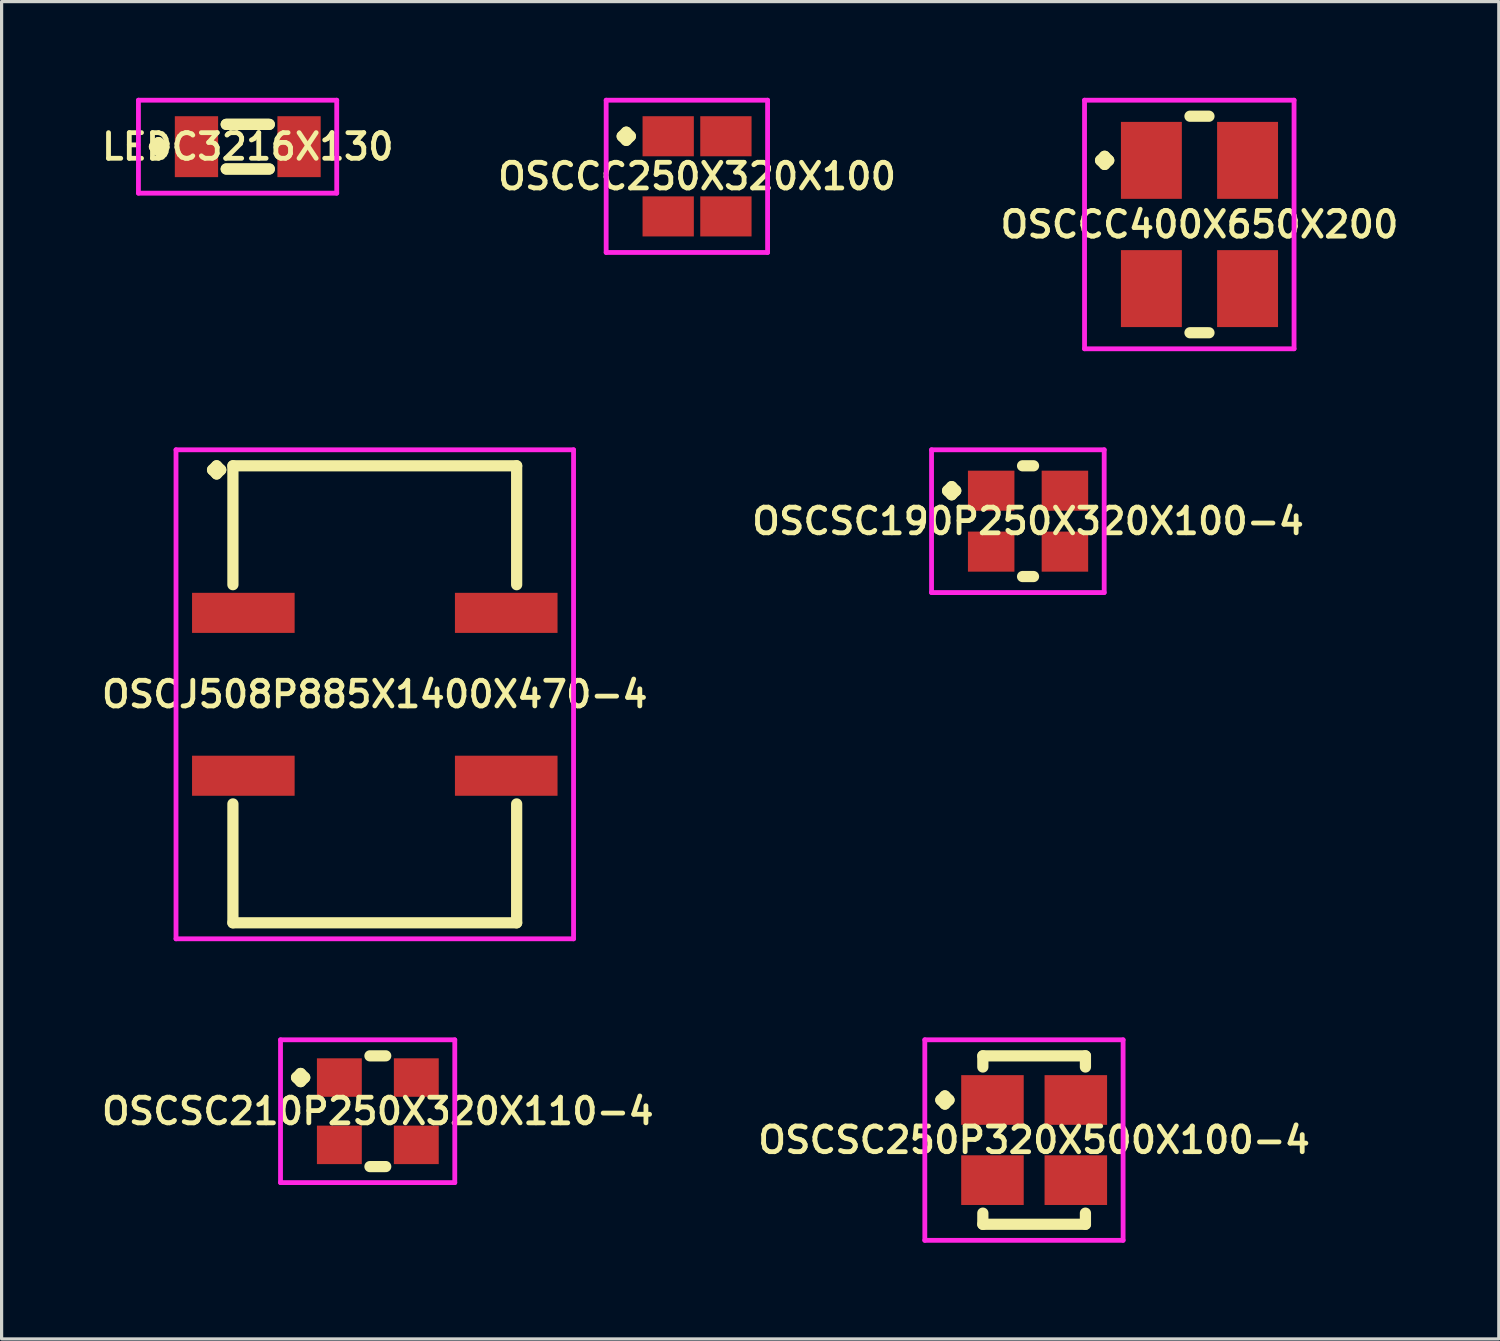
<source format=kicad_pcb>
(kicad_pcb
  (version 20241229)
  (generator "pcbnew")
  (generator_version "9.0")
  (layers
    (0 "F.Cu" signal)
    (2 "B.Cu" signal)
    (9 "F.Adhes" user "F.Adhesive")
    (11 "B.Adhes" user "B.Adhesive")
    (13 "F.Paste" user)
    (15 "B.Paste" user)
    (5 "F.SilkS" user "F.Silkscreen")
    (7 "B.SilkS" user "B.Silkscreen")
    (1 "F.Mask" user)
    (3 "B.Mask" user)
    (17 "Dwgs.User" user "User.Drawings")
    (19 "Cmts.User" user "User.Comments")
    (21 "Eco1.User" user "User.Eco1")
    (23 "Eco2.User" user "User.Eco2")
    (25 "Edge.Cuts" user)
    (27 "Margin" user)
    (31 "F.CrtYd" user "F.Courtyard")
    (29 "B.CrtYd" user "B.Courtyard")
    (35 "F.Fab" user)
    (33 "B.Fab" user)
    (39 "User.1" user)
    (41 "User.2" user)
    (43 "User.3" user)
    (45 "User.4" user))
  (footprint "OSCJ508P885X1400X470-4"
    (layer "F.Cu")
    (at 8.64 18.606)
    (property "Reference" "OSCJ508P885X1400X470-4" (at 0 0 0) (layer "F.SilkS") (effects (font (size 0.8 0.8) (thickness 0.15))))
    (attr smd)
    (fp_line (start -5.06 -7) (end -4.933 -7.127) (stroke (width 0.35) (type solid)) (layer "F.SilkS"))
    (fp_line (start -4.933 -7.127) (end -4.806 -7) (stroke (width 0.35) (type solid)) (layer "F.SilkS"))
    (fp_line (start -4.933 -6.873) (end -5.06 -7) (stroke (width 0.35) (type solid)) (layer "F.SilkS"))
    (fp_line (start -4.806 -7) (end -4.933 -6.873) (stroke (width 0.35) (type solid)) (layer "F.SilkS"))
    (fp_line (start -4.425 -7.127) (end 4.425 -7.127) (stroke (width 0.35) (type solid)) (layer "F.SilkS"))
    (fp_line (start -4.425 -3.419) (end -4.425 -7.127) (stroke (width 0.35) (type solid)) (layer "F.SilkS"))
    (fp_line (start -4.425 3.419) (end -4.425 7.127) (stroke (width 0.35) (type solid)) (layer "F.SilkS"))
    (fp_line (start -4.425 7.127) (end 4.425 7.127) (stroke (width 0.35) (type solid)) (layer "F.SilkS"))
    (fp_line (start 4.425 -7.127) (end 4.425 -3.419) (stroke (width 0.35) (type solid)) (layer "F.SilkS"))
    (fp_line (start 4.425 7.127) (end 4.425 3.419) (stroke (width 0.35) (type solid)) (layer "F.SilkS"))
    (fp_line (start -6.2 -7.627) (end 6.2 -7.627) (stroke (width 0.15) (type solid)) (layer "F.CrtYd"))
    (fp_line (start -6.2 7.627) (end -6.2 -7.627) (stroke (width 0.15) (type solid)) (layer "F.CrtYd"))
    (fp_line (start 6.2 -7.627) (end 6.2 7.627) (stroke (width 0.15) (type solid)) (layer "F.CrtYd"))
    (fp_line (start 6.2 7.627) (end -6.2 7.627) (stroke (width 0.15) (type solid)) (layer "F.CrtYd"))
    (pad "1" smd rect (at -4.1 -2.54) (size 3.2 1.25) (layers "F.Cu" "F.Mask" "F.Paste"))
    (pad "2" smd rect (at -4.1 2.54) (size 3.2 1.25) (layers "F.Cu" "F.Mask" "F.Paste"))
    (pad "3" smd rect (at 4.1 2.54) (size 3.2 1.25) (layers "F.Cu" "F.Mask" "F.Paste"))
    (pad "4" smd rect (at 4.1 -2.54) (size 3.2 1.25) (layers "F.Cu" "F.Mask" "F.Paste")))
  (footprint "OSCSC250P320X500X100-4"
    (layer "F.Cu")
    (at 29.206 32.51)
    (property "Reference" "OSCSC250P320X500X100-4" (at 0 0 0) (layer "F.SilkS") (effects (font (size 0.8 0.8) (thickness 0.15))))
    (attr smd)
    (fp_line (start -2.91 -1.25) (end -2.783 -1.377) (stroke (width 0.35) (type solid)) (layer "F.SilkS"))
    (fp_line (start -2.783 -1.377) (end -2.656 -1.25) (stroke (width 0.35) (type solid)) (layer "F.SilkS"))
    (fp_line (start -2.783 -1.123) (end -2.91 -1.25) (stroke (width 0.35) (type solid)) (layer "F.SilkS"))
    (fp_line (start -2.656 -1.25) (end -2.783 -1.123) (stroke (width 0.35) (type solid)) (layer "F.SilkS"))
    (fp_line (start -1.6 -2.627) (end 1.6 -2.627) (stroke (width 0.35) (type solid)) (layer "F.SilkS"))
    (fp_line (start -1.6 -2.279) (end -1.6 -2.627) (stroke (width 0.35) (type solid)) (layer "F.SilkS"))
    (fp_line (start -1.6 2.279) (end -1.6 2.627) (stroke (width 0.35) (type solid)) (layer "F.SilkS"))
    (fp_line (start -1.6 2.627) (end 1.6 2.627) (stroke (width 0.35) (type solid)) (layer "F.SilkS"))
    (fp_line (start 1.6 -2.627) (end 1.6 -2.279) (stroke (width 0.35) (type solid)) (layer "F.SilkS"))
    (fp_line (start 1.6 2.627) (end 1.6 2.279) (stroke (width 0.35) (type solid)) (layer "F.SilkS"))
    (fp_line (start -3.41 -3.127) (end 2.775 -3.127) (stroke (width 0.15) (type solid)) (layer "F.CrtYd"))
    (fp_line (start -3.41 3.127) (end -3.41 -3.127) (stroke (width 0.15) (type solid)) (layer "F.CrtYd"))
    (fp_line (start 2.775 -3.127) (end 2.775 3.127) (stroke (width 0.15) (type solid)) (layer "F.CrtYd"))
    (fp_line (start 2.775 3.127) (end -3.41 3.127) (stroke (width 0.15) (type solid)) (layer "F.CrtYd"))
    (pad "1" smd rect (at -1.3 -1.25) (size 1.95 1.55) (layers "F.Cu" "F.Mask" "F.Paste"))
    (pad "2" smd rect (at -1.3 1.25) (size 1.95 1.55) (layers "F.Cu" "F.Mask" "F.Paste"))
    (pad "3" smd rect (at 1.3 1.25) (size 1.95 1.55) (layers "F.Cu" "F.Mask" "F.Paste"))
    (pad "4" smd rect (at 1.3 -1.25) (size 1.95 1.55) (layers "F.Cu" "F.Mask" "F.Paste")))
  (footprint "OSCCC400X650X200"
    (layer "F.Cu")
    (at 34.363 3.952)
    (property "Reference" "OSCCC400X650X200" (at 0 0 0) (layer "F.SilkS") (effects (font (size 0.8 0.8) (thickness 0.15))))
    (attr smd)
    (fp_line (start -3.085 -2) (end -2.958 -2.127) (stroke (width 0.35) (type solid)) (layer "F.SilkS"))
    (fp_line (start -2.958 -2.127) (end -2.831 -2) (stroke (width 0.35) (type solid)) (layer "F.SilkS"))
    (fp_line (start -2.958 -1.873) (end -3.085 -2) (stroke (width 0.35) (type solid)) (layer "F.SilkS"))
    (fp_line (start -2.831 -2) (end -2.958 -1.873) (stroke (width 0.35) (type solid)) (layer "F.SilkS"))
    (fp_line (start -0.296 -3.377) (end 0.296 -3.377) (stroke (width 0.35) (type solid)) (layer "F.SilkS"))
    (fp_line (start -0.296 3.377) (end 0.296 3.377) (stroke (width 0.35) (type solid)) (layer "F.SilkS"))
    (fp_line (start -3.585 -3.877) (end 2.95 -3.877) (stroke (width 0.15) (type solid)) (layer "F.CrtYd"))
    (fp_line (start -3.585 3.877) (end -3.585 -3.877) (stroke (width 0.15) (type solid)) (layer "F.CrtYd"))
    (fp_line (start 2.95 -3.877) (end 2.95 3.877) (stroke (width 0.15) (type solid)) (layer "F.CrtYd"))
    (fp_line (start 2.95 3.877) (end -3.585 3.877) (stroke (width 0.15) (type solid)) (layer "F.CrtYd"))
    (pad "1" smd rect (at -1.5 -2) (size 1.9 2.4) (layers "F.Cu" "F.Mask" "F.Paste"))
    (pad "2" smd rect (at -1.5 2) (size 1.9 2.4) (layers "F.Cu" "F.Mask" "F.Paste"))
    (pad "3" smd rect (at 1.5 2) (size 1.9 2.4) (layers "F.Cu" "F.Mask" "F.Paste"))
    (pad "4" smd rect (at 1.5 -2) (size 1.9 2.4) (layers "F.Cu" "F.Mask" "F.Paste")))
  (footprint "OSCSC190P250X320X100-4"
    (layer "F.Cu")
    (at 29.016 13.206)
    (property "Reference" "OSCSC190P250X320X100-4" (at 0 0 0) (layer "F.SilkS") (effects (font (size 0.8 0.8) (thickness 0.15))))
    (attr through_hole)
    (fp_line (start -2.51 -0.95) (end -2.383 -1.077) (stroke (width 0.35) (type solid)) (layer "F.SilkS"))
    (fp_line (start -2.383 -1.077) (end -2.256 -0.95) (stroke (width 0.35) (type solid)) (layer "F.SilkS"))
    (fp_line (start -2.383 -0.823) (end -2.51 -0.95) (stroke (width 0.35) (type solid)) (layer "F.SilkS"))
    (fp_line (start -2.256 -0.95) (end -2.383 -0.823) (stroke (width 0.35) (type solid)) (layer "F.SilkS"))
    (fp_line (start -0.171 -1.727) (end 0.171 -1.727) (stroke (width 0.35) (type solid)) (layer "F.SilkS"))
    (fp_line (start -0.171 1.727) (end 0.171 1.727) (stroke (width 0.35) (type solid)) (layer "F.SilkS"))
    (fp_line (start -3.01 -2.227) (end 2.375 -2.227) (stroke (width 0.15) (type solid)) (layer "F.CrtYd"))
    (fp_line (start -3.01 2.227) (end -3.01 -2.227) (stroke (width 0.15) (type solid)) (layer "F.CrtYd"))
    (fp_line (start 2.375 -2.227) (end 2.375 2.227) (stroke (width 0.15) (type solid)) (layer "F.CrtYd"))
    (fp_line (start 2.375 2.227) (end -3.01 2.227) (stroke (width 0.15) (type solid)) (layer "F.CrtYd"))
    (pad "1" smd rect (at -1.15 -0.95) (size 1.45 1.25) (layers "F.Cu" "F.Mask" "F.Paste"))
    (pad "2" smd rect (at -1.15 0.95) (size 1.45 1.25) (layers "F.Cu" "F.Mask" "F.Paste"))
    (pad "3" smd rect (at 1.15 0.95) (size 1.45 1.25) (layers "F.Cu" "F.Mask" "F.Paste"))
    (pad "4" smd rect (at 1.15 -0.95) (size 1.45 1.25) (layers "F.Cu" "F.Mask" "F.Paste")))
  (footprint "OSCCC250X320X100"
    (layer "F.Cu")
    (at 18.692 2.45)
    (property "Reference" "OSCCC250X320X100" (at 0 0 0) (layer "F.SilkS") (effects (font (size 0.8 0.8) (thickness 0.15))))
    (attr smd)
    (fp_line (start -2.335 -1.25) (end -2.208 -1.377) (stroke (width 0.35) (type solid)) (layer "F.SilkS"))
    (fp_line (start -2.208 -1.377) (end -2.081 -1.25) (stroke (width 0.35) (type solid)) (layer "F.SilkS"))
    (fp_line (start -2.208 -1.123) (end -2.335 -1.25) (stroke (width 0.35) (type solid)) (layer "F.SilkS"))
    (fp_line (start -2.081 -1.25) (end -2.208 -1.123) (stroke (width 0.35) (type solid)) (layer "F.SilkS"))
    (fp_line (start -2.835 -2.375) (end 2.2 -2.375) (stroke (width 0.15) (type solid)) (layer "F.CrtYd"))
    (fp_line (start -2.835 2.375) (end -2.835 -2.375) (stroke (width 0.15) (type solid)) (layer "F.CrtYd"))
    (fp_line (start 2.2 -2.375) (end 2.2 2.375) (stroke (width 0.15) (type solid)) (layer "F.CrtYd"))
    (fp_line (start 2.2 2.375) (end -2.835 2.375) (stroke (width 0.15) (type solid)) (layer "F.CrtYd"))
    (pad "1" smd rect (at -0.9 -1.25) (size 1.6 1.25) (layers "F.Cu" "F.Mask" "F.Paste"))
    (pad "2" smd rect (at -0.9 1.25) (size 1.6 1.25) (layers "F.Cu" "F.Mask" "F.Paste"))
    (pad "3" smd rect (at 0.9 1.25) (size 1.6 1.25) (layers "F.Cu" "F.Mask" "F.Paste"))
    (pad "4" smd rect (at 0.9 -1.25) (size 1.6 1.25) (layers "F.Cu" "F.Mask" "F.Paste")))
  (footprint "LEDC3216X130"
    (layer "F.Cu")
    (at 4.678 1.525)
    (property "Reference" "LEDC3216X130" (at 0 0 0) (layer "F.SilkS") (effects (font (size 0.8 0.8) (thickness 0.15))))
    (attr through_hole)
    (fp_line (start -2.91 0) (end -2.783 -0.127) (stroke (width 0.35) (type solid)) (layer "F.SilkS"))
    (fp_line (start -2.783 -0.127) (end -2.656 0) (stroke (width 0.35) (type solid)) (layer "F.SilkS"))
    (fp_line (start -2.783 0.127) (end -2.91 0) (stroke (width 0.35) (type solid)) (layer "F.SilkS"))
    (fp_line (start -2.656 0) (end -2.783 0.127) (stroke (width 0.35) (type solid)) (layer "F.SilkS"))
    (fp_line (start -0.671 -0.696) (end 0.671 -0.696) (stroke (width 0.35) (type solid)) (layer "F.SilkS"))
    (fp_line (start -0.671 0.696) (end 0.671 0.696) (stroke (width 0.35) (type solid)) (layer "F.SilkS"))
    (fp_line (start 0.671 -0.696) (end -0.671 -0.696) (stroke (width 0.35) (type solid)) (layer "F.SilkS"))
    (fp_line (start 0.671 0.696) (end -0.671 0.696) (stroke (width 0.35) (type solid)) (layer "F.SilkS"))
    (fp_line (start -3.41 -1.45) (end 2.775 -1.45) (stroke (width 0.15) (type solid)) (layer "F.CrtYd"))
    (fp_line (start -3.41 1.45) (end -3.41 -1.45) (stroke (width 0.15) (type solid)) (layer "F.CrtYd"))
    (fp_line (start 2.775 -1.45) (end 2.775 1.45) (stroke (width 0.15) (type solid)) (layer "F.CrtYd"))
    (fp_line (start 2.775 1.45) (end -3.41 1.45) (stroke (width 0.15) (type solid)) (layer "F.CrtYd"))
    (pad "1" smd rect (at -1.6 0) (size 1.35 1.9) (layers "F.Cu" "F.Mask" "F.Paste"))
    (pad "2" smd rect (at 1.6 0) (size 1.35 1.9) (layers "F.Cu" "F.Mask" "F.Paste")))
  (footprint "OSCSC210P250X320X110-4"
    (layer "F.Cu")
    (at 8.735 31.61)
    (property "Reference" "OSCSC210P250X320X110-4" (at 0 0 0) (layer "F.SilkS") (effects (font (size 0.8 0.8) (thickness 0.15))))
    (attr smd)
    (fp_line (start -2.535 -1.05) (end -2.408 -1.177) (stroke (width 0.35) (type solid)) (layer "F.SilkS"))
    (fp_line (start -2.408 -1.177) (end -2.281 -1.05) (stroke (width 0.35) (type solid)) (layer "F.SilkS"))
    (fp_line (start -2.408 -0.923) (end -2.535 -1.05) (stroke (width 0.35) (type solid)) (layer "F.SilkS"))
    (fp_line (start -2.281 -1.05) (end -2.408 -0.923) (stroke (width 0.35) (type solid)) (layer "F.SilkS"))
    (fp_line (start -0.246 -1.727) (end 0.246 -1.727) (stroke (width 0.35) (type solid)) (layer "F.SilkS"))
    (fp_line (start -0.246 1.727) (end 0.246 1.727) (stroke (width 0.35) (type solid)) (layer "F.SilkS"))
    (fp_line (start -3.035 -2.227) (end 2.4 -2.227) (stroke (width 0.15) (type solid)) (layer "F.CrtYd"))
    (fp_line (start -3.035 2.227) (end -3.035 -2.227) (stroke (width 0.15) (type solid)) (layer "F.CrtYd"))
    (fp_line (start 2.4 -2.227) (end 2.4 2.227) (stroke (width 0.15) (type solid)) (layer "F.CrtYd"))
    (fp_line (start 2.4 2.227) (end -3.035 2.227) (stroke (width 0.15) (type solid)) (layer "F.CrtYd"))
    (pad "1" smd rect (at -1.2 -1.05) (size 1.4 1.2) (layers "F.Cu" "F.Mask" "F.Paste"))
    (pad "2" smd rect (at -1.2 1.05) (size 1.4 1.2) (layers "F.Cu" "F.Mask" "F.Paste"))
    (pad "3" smd rect (at 1.2 1.05) (size 1.4 1.2) (layers "F.Cu" "F.Mask" "F.Paste"))
    (pad "4" smd rect (at 1.2 -1.05) (size 1.4 1.2) (layers "F.Cu" "F.Mask" "F.Paste")))
  (gr_rect
    (start -3 -3)
    (end 43.699 38.712)
    (stroke (width 0.1) (type default))
    (fill no)
    (layer "Edge.Cuts")))
</source>
